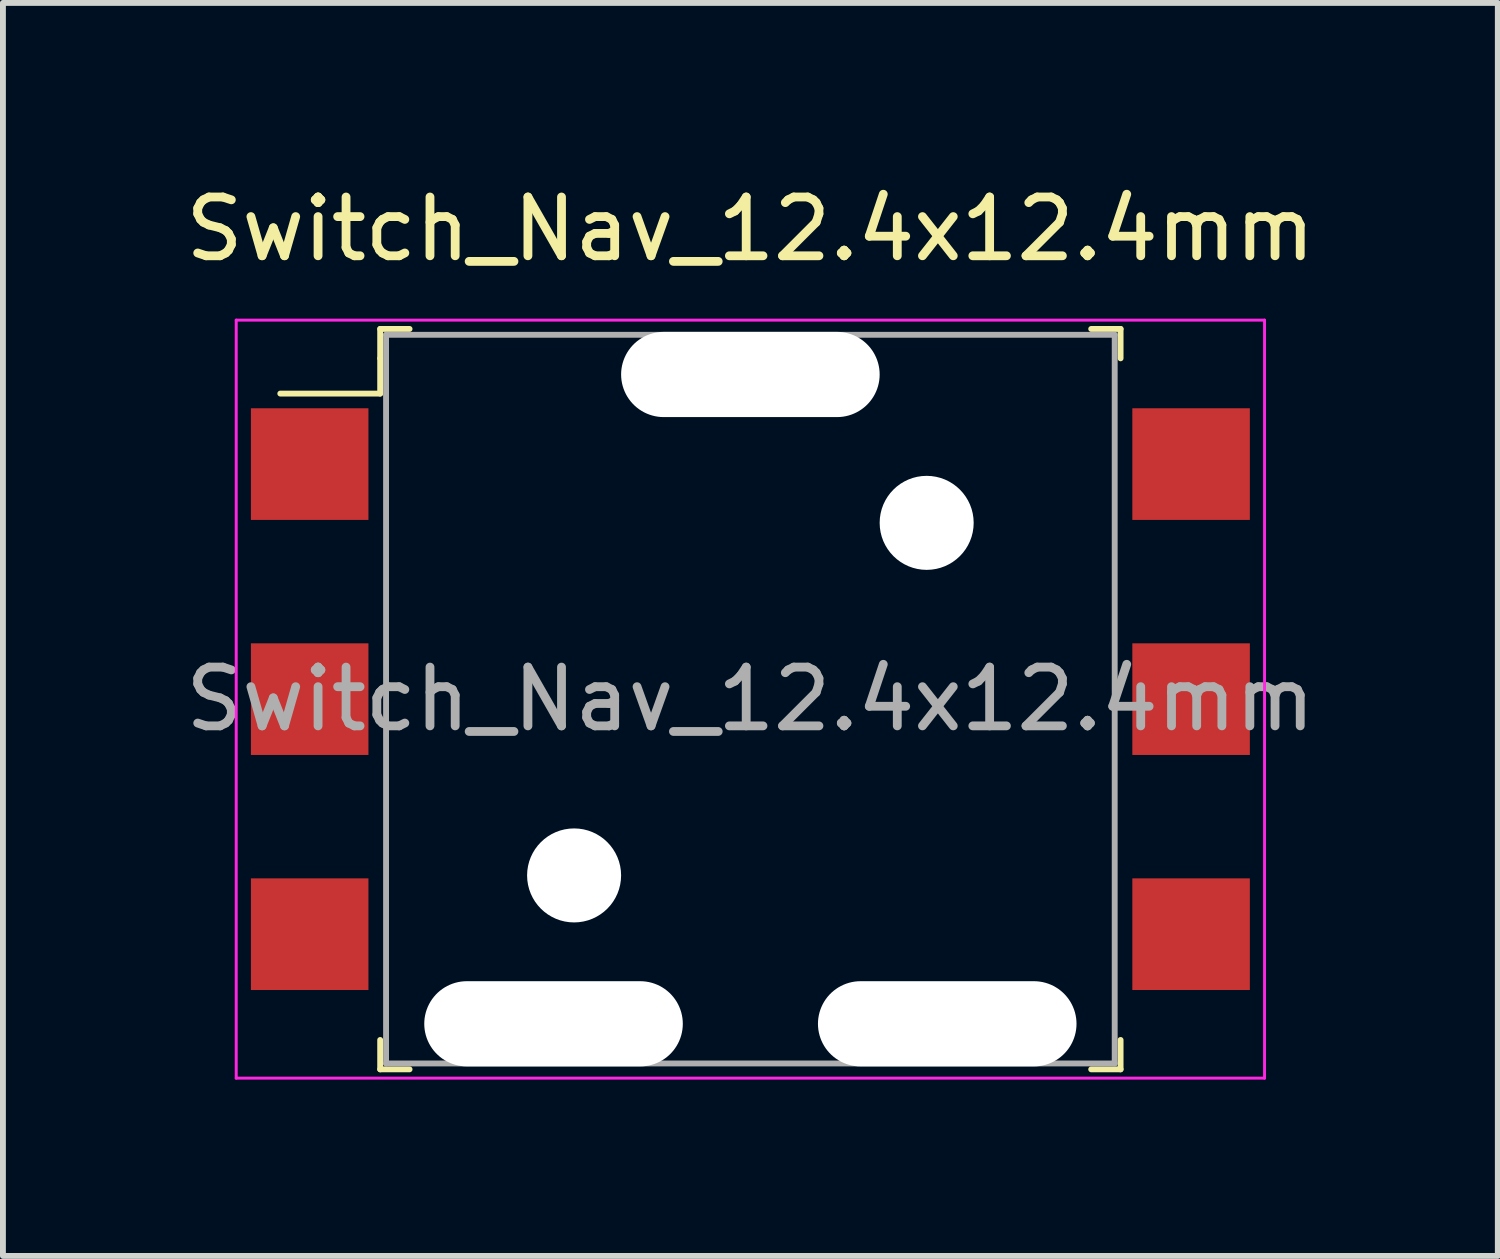
<source format=kicad_pcb>
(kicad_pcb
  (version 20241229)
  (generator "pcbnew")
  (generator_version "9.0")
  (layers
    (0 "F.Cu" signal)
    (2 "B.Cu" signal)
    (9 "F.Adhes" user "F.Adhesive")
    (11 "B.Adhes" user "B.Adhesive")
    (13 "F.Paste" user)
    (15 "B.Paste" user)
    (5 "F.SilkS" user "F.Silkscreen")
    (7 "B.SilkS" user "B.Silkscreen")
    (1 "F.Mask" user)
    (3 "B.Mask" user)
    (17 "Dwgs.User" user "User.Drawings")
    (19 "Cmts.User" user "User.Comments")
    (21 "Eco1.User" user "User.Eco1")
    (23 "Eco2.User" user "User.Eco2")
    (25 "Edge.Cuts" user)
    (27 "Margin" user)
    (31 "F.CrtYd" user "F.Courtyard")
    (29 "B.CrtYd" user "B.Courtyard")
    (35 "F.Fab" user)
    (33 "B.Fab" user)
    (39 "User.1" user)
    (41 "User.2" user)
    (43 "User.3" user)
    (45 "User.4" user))
  (footprint "Switch_Nav_12.4x12.4mm"
    (layer "F.Cu")
    (at 9.72 8.848)
    (property "Reference" "Switch_Nav_12.4x12.4mm" (at 0 -8 0) (layer "F.SilkS") (effects (font (size 1 1) (thickness 0.15))))
    (attr through_hole)
    (fp_line (start -6.3 -6.3) (end -6.3 -5.8) (stroke (width 0.1) (type solid)) (layer "F.SilkS"))
    (fp_line (start -6.3 -6.3) (end -5.8 -6.3) (stroke (width 0.1) (type solid)) (layer "F.SilkS"))
    (fp_line (start -6.3 -5.8) (end -6.3 -5.2) (stroke (width 0.1) (type solid)) (layer "F.SilkS"))
    (fp_line (start -6.3 -5.2) (end -8 -5.2) (stroke (width 0.1) (type solid)) (layer "F.SilkS"))
    (fp_line (start -6.3 6.3) (end -6.3 5.8) (stroke (width 0.1) (type solid)) (layer "F.SilkS"))
    (fp_line (start -6.3 6.3) (end -5.8 6.3) (stroke (width 0.1) (type solid)) (layer "F.SilkS"))
    (fp_line (start 6.3 -6.3) (end 5.8 -6.3) (stroke (width 0.1) (type solid)) (layer "F.SilkS"))
    (fp_line (start 6.3 -6.3) (end 6.3 -5.8) (stroke (width 0.1) (type solid)) (layer "F.SilkS"))
    (fp_line (start 6.3 6.3) (end 5.8 6.3) (stroke (width 0.1) (type solid)) (layer "F.SilkS"))
    (fp_line (start 6.3 6.3) (end 6.3 5.8) (stroke (width 0.1) (type solid)) (layer "F.SilkS"))
    (fp_line (start -8.75 -6.45) (end -8.75 6.45) (stroke (width 0.05) (type solid)) (layer "F.CrtYd"))
    (fp_line (start 8.75 -6.45) (end -8.75 -6.45) (stroke (width 0.05) (type solid)) (layer "F.CrtYd"))
    (fp_line (start 8.75 -6.45) (end 8.75 6.45) (stroke (width 0.05) (type solid)) (layer "F.CrtYd"))
    (fp_line (start 8.75 6.45) (end -8.75 6.45) (stroke (width 0.05) (type solid)) (layer "F.CrtYd"))
    (fp_line (start -6.2 -6.2) (end 6.2 -6.2) (stroke (width 0.1) (type solid)) (layer "F.Fab"))
    (fp_line (start -6.2 6.2) (end -6.2 -6.2) (stroke (width 0.1) (type solid)) (layer "F.Fab"))
    (fp_line (start -6.2 6.2) (end 6.2 6.2) (stroke (width 0.1) (type solid)) (layer "F.Fab"))
    (fp_line (start 6.2 6.2) (end 6.2 -6.2) (stroke (width 0.1) (type solid)) (layer "F.Fab"))
    (fp_text user "${REFERENCE}" (at 0 0 0) (layer "F.Fab") (effects (font (size 1 1) (thickness 0.15))))
    (pad "" np_thru_hole oval (at -3.35 5.525) (size 4.4 1.45) (drill oval 4.4 1.45) (layers "*.Cu" "*.Mask"))
    (pad "" np_thru_hole circle (at -3 3) (size 1.6 1.6) (drill 1.6) (layers "*.Cu" "*.Mask"))
    (pad "" np_thru_hole oval (at 0 -5.525) (size 4.4 1.45) (drill oval 4.4 1.45) (layers "*.Cu" "*.Mask"))
    (pad "" np_thru_hole circle (at 3 -3) (size 1.6 1.6) (drill 1.6) (layers "*.Cu" "*.Mask"))
    (pad "" np_thru_hole oval (at 3.35 5.525) (size 4.4 1.45) (drill oval 4.4 1.45) (layers "*.Cu" "*.Mask"))
    (pad "1" smd rect (at -7.5 -4) (size 2 1.9) (layers "F.Cu" "F.Mask" "F.Paste"))
    (pad "2" smd rect (at -7.5 0) (size 2 1.9) (layers "F.Cu" "F.Mask" "F.Paste"))
    (pad "3" smd rect (at -7.5 4) (size 2 1.9) (layers "F.Cu" "F.Mask" "F.Paste"))
    (pad "4" smd rect (at 7.5 -4) (size 2 1.9) (layers "F.Cu" "F.Mask" "F.Paste"))
    (pad "5" smd rect (at 7.5 0) (size 2 1.9) (layers "F.Cu" "F.Mask" "F.Paste"))
    (pad "6" smd rect (at 7.5 4) (size 2 1.9) (layers "F.Cu" "F.Mask" "F.Paste")))
  (gr_rect
    (start -3 -3)
    (end 22.44 18.323)
    (stroke (width 0.1) (type default))
    (fill no)
    (layer "Edge.Cuts")))
</source>
